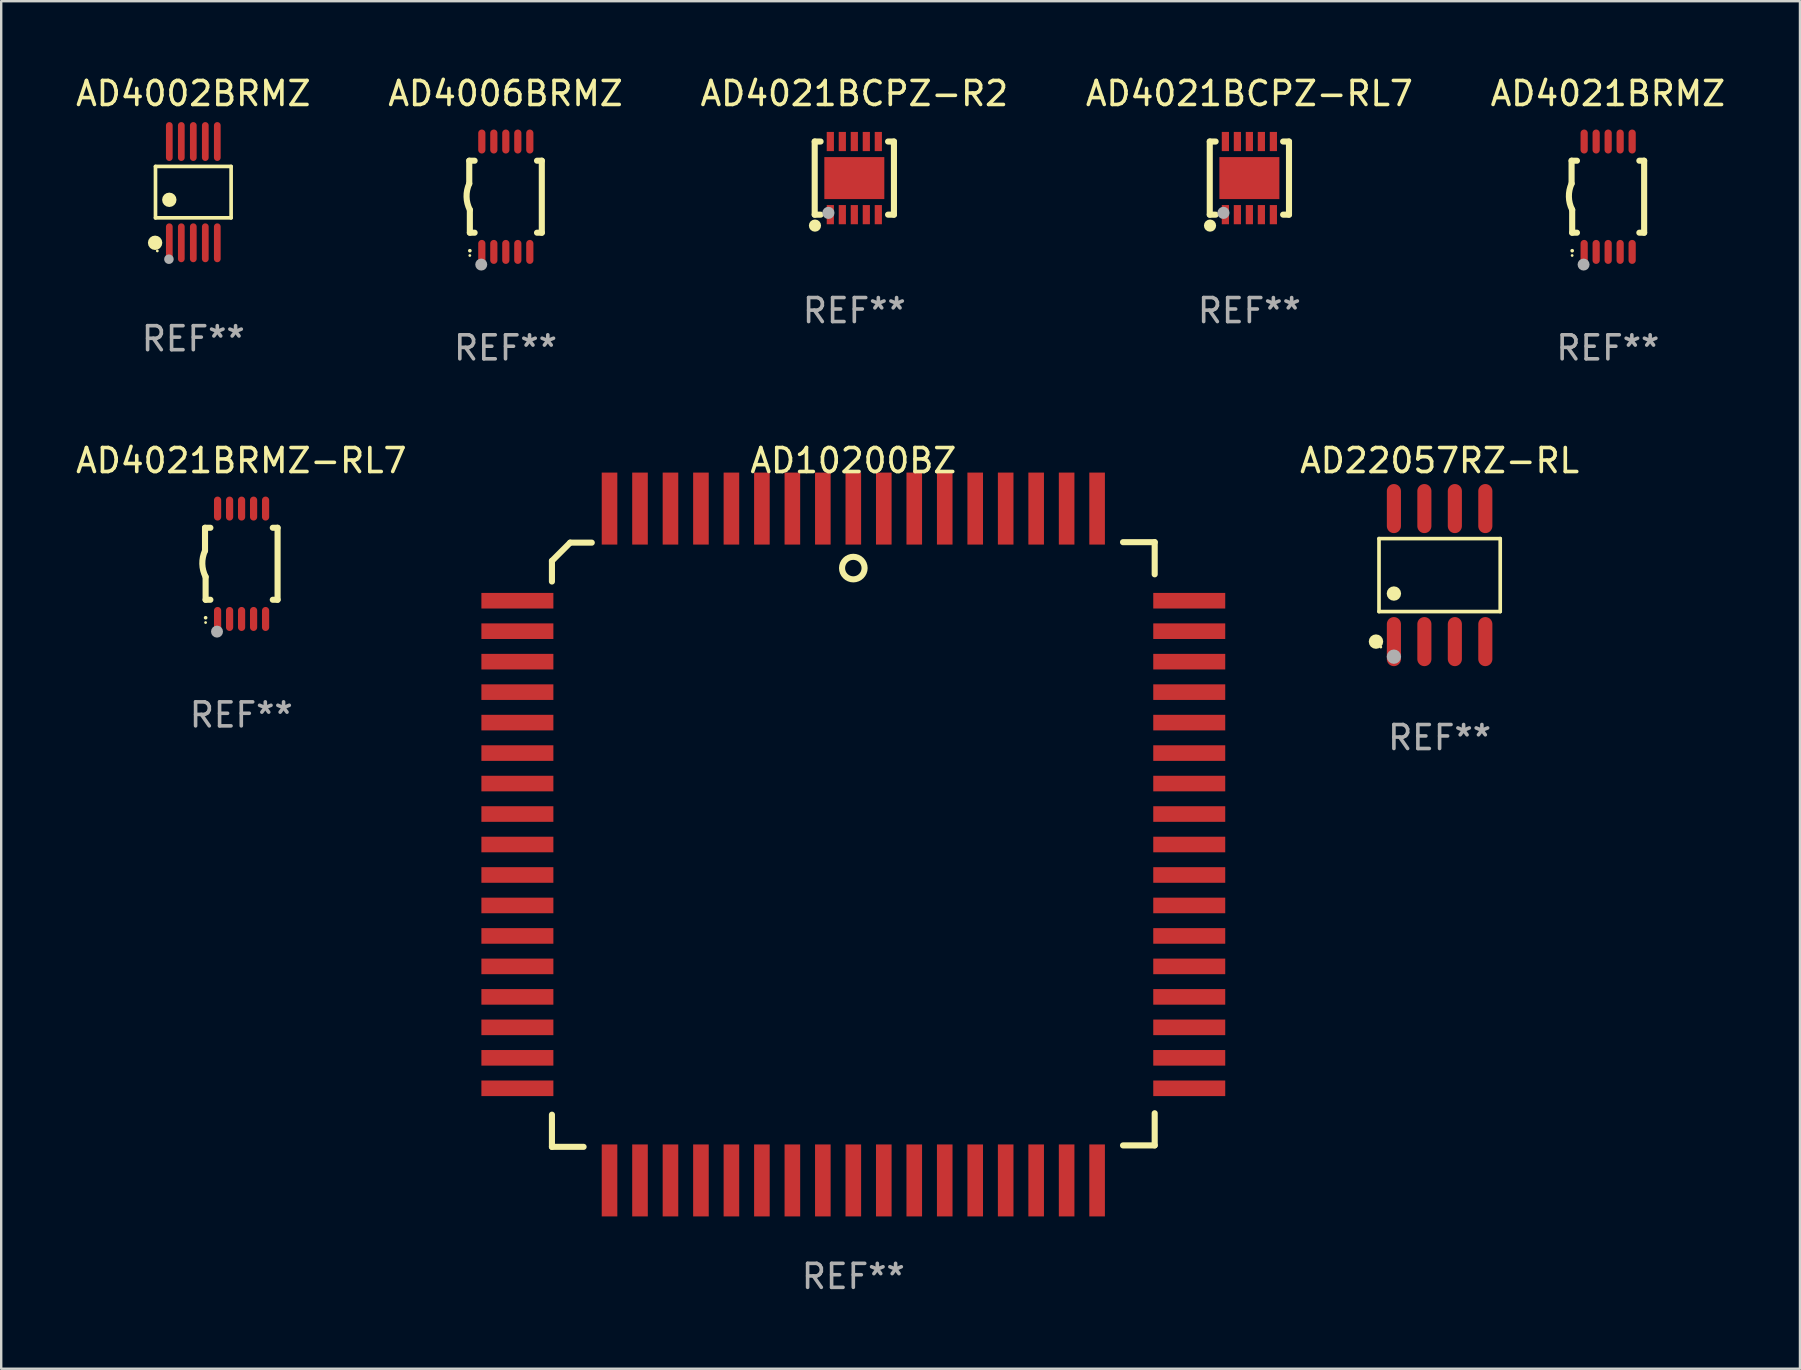
<source format=kicad_pcb>
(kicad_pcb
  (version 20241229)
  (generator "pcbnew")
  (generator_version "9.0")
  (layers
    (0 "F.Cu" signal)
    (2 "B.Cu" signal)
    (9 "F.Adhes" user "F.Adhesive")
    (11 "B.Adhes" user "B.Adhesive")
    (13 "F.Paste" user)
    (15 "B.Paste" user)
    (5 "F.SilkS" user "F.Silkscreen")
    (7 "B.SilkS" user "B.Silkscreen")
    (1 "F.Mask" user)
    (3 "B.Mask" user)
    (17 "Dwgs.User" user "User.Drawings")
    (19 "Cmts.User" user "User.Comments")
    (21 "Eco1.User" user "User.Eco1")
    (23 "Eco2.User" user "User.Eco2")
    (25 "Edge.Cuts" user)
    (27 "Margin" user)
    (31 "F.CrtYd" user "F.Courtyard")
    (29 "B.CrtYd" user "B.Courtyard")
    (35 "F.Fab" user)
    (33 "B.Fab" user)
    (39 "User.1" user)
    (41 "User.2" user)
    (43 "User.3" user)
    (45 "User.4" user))
  (footprint "AD10200BZ"
    (layer "F.Cu")
    (at 32.512 32.145)
    (property "Reference" "AD10200BZ" (at 0 -16 0) (layer "F.SilkS") (effects (font (size 1 1) (thickness 0.15))))
    (attr through_hole)
    (fp_line (start -12.56 -11.82) (end -12.56 -10.96) (stroke (width 0.254) (type solid)) (layer "F.SilkS"))
    (fp_line (start -12.56 11.26) (end -12.56 12.6) (stroke (width 0.254) (type solid)) (layer "F.SilkS"))
    (fp_line (start -12.56 12.6) (end -11.24 12.6) (stroke (width 0.254) (type solid)) (layer "F.SilkS"))
    (fp_line (start -11.8 -12.58) (end -12.56 -11.82) (stroke (width 0.254) (type solid)) (layer "F.SilkS"))
    (fp_line (start -10.9 -12.58) (end -11.8 -12.58) (stroke (width 0.254) (type solid)) (layer "F.SilkS"))
    (fp_line (start 12.56 -12.6) (end 11.24 -12.6) (stroke (width 0.254) (type solid)) (layer "F.SilkS"))
    (fp_line (start 12.56 -11.26) (end 12.56 -12.6) (stroke (width 0.254) (type solid)) (layer "F.SilkS"))
    (fp_line (start 12.56 11.2) (end 12.56 12.54) (stroke (width 0.254) (type solid)) (layer "F.SilkS"))
    (fp_line (start 12.56 12.54) (end 11.24 12.54) (stroke (width 0.254) (type solid)) (layer "F.SilkS"))
    (fp_circle (center 0 -11.52) (end 0.47 -11.52) (stroke (width 0.254) (type solid)) (fill no) (layer "F.SilkS"))
    (fp_text user "REF**" (at 0 18 0) (layer "F.Fab") (effects (font (size 1 1) (thickness 0.15))))
    (pad "1" smd rect (at 0 -14 180) (size 0.65 3) (layers "F.Cu" "F.Mask" "F.Paste"))
    (pad "2" smd rect (at -1.27 -14 180) (size 0.65 3) (layers "F.Cu" "F.Mask" "F.Paste"))
    (pad "3" smd rect (at -2.54 -14 180) (size 0.65 3) (layers "F.Cu" "F.Mask" "F.Paste"))
    (pad "4" smd rect (at -3.81 -14 180) (size 0.65 3) (layers "F.Cu" "F.Mask" "F.Paste"))
    (pad "5" smd rect (at -5.08 -14 180) (size 0.65 3) (layers "F.Cu" "F.Mask" "F.Paste"))
    (pad "6" smd rect (at -6.35 -14 180) (size 0.65 3) (layers "F.Cu" "F.Mask" "F.Paste"))
    (pad "7" smd rect (at -7.62 -14 180) (size 0.65 3) (layers "F.Cu" "F.Mask" "F.Paste"))
    (pad "8" smd rect (at -8.89 -14 180) (size 0.65 3) (layers "F.Cu" "F.Mask" "F.Paste"))
    (pad "9" smd rect (at -10.16 -14 180) (size 0.65 3) (layers "F.Cu" "F.Mask" "F.Paste"))
    (pad "10" smd rect (at -14 -10.16 180) (size 3 0.65) (layers "F.Cu" "F.Mask" "F.Paste"))
    (pad "11" smd rect (at -14 -8.89 180) (size 3 0.65) (layers "F.Cu" "F.Mask" "F.Paste"))
    (pad "12" smd rect (at -14 -7.62 180) (size 3 0.65) (layers "F.Cu" "F.Mask" "F.Paste"))
    (pad "13" smd rect (at -14 -6.35 180) (size 3 0.65) (layers "F.Cu" "F.Mask" "F.Paste"))
    (pad "14" smd rect (at -14 -5.08 180) (size 3 0.65) (layers "F.Cu" "F.Mask" "F.Paste"))
    (pad "15" smd rect (at -14 -3.81 180) (size 3 0.65) (layers "F.Cu" "F.Mask" "F.Paste"))
    (pad "16" smd rect (at -14 -2.54 180) (size 3 0.65) (layers "F.Cu" "F.Mask" "F.Paste"))
    (pad "17" smd rect (at -14 -1.27 180) (size 3 0.65) (layers "F.Cu" "F.Mask" "F.Paste"))
    (pad "18" smd rect (at -14 0 180) (size 3 0.65) (layers "F.Cu" "F.Mask" "F.Paste"))
    (pad "19" smd rect (at -14 1.27 180) (size 3 0.65) (layers "F.Cu" "F.Mask" "F.Paste"))
    (pad "20" smd rect (at -14 2.54 180) (size 3 0.65) (layers "F.Cu" "F.Mask" "F.Paste"))
    (pad "21" smd rect (at -14 3.81 180) (size 3 0.65) (layers "F.Cu" "F.Mask" "F.Paste"))
    (pad "22" smd rect (at -14 5.08 180) (size 3 0.65) (layers "F.Cu" "F.Mask" "F.Paste"))
    (pad "23" smd rect (at -14 6.35 180) (size 3 0.65) (layers "F.Cu" "F.Mask" "F.Paste"))
    (pad "24" smd rect (at -14 7.62 180) (size 3 0.65) (layers "F.Cu" "F.Mask" "F.Paste"))
    (pad "25" smd rect (at -14 8.89 180) (size 3 0.65) (layers "F.Cu" "F.Mask" "F.Paste"))
    (pad "26" smd rect (at -14 10.16 180) (size 3 0.65) (layers "F.Cu" "F.Mask" "F.Paste"))
    (pad "27" smd rect (at -10.16 14 180) (size 0.65 3) (layers "F.Cu" "F.Mask" "F.Paste"))
    (pad "28" smd rect (at -8.89 14 180) (size 0.65 3) (layers "F.Cu" "F.Mask" "F.Paste"))
    (pad "29" smd rect (at -7.62 14 180) (size 0.65 3) (layers "F.Cu" "F.Mask" "F.Paste"))
    (pad "30" smd rect (at -6.35 14 180) (size 0.65 3) (layers "F.Cu" "F.Mask" "F.Paste"))
    (pad "31" smd rect (at -5.08 14 180) (size 0.65 3) (layers "F.Cu" "F.Mask" "F.Paste"))
    (pad "32" smd rect (at -3.81 14 180) (size 0.65 3) (layers "F.Cu" "F.Mask" "F.Paste"))
    (pad "33" smd rect (at -2.54 14 180) (size 0.65 3) (layers "F.Cu" "F.Mask" "F.Paste"))
    (pad "34" smd rect (at -1.27 14 180) (size 0.65 3) (layers "F.Cu" "F.Mask" "F.Paste"))
    (pad "35" smd rect (at 0 14 180) (size 0.65 3) (layers "F.Cu" "F.Mask" "F.Paste"))
    (pad "36" smd rect (at 1.27 14 180) (size 0.65 3) (layers "F.Cu" "F.Mask" "F.Paste"))
    (pad "37" smd rect (at 2.54 14 180) (size 0.65 3) (layers "F.Cu" "F.Mask" "F.Paste"))
    (pad "38" smd rect (at 3.81 14 180) (size 0.65 3) (layers "F.Cu" "F.Mask" "F.Paste"))
    (pad "39" smd rect (at 5.08 14 180) (size 0.65 3) (layers "F.Cu" "F.Mask" "F.Paste"))
    (pad "40" smd rect (at 6.35 14 180) (size 0.65 3) (layers "F.Cu" "F.Mask" "F.Paste"))
    (pad "41" smd rect (at 7.62 14 180) (size 0.65 3) (layers "F.Cu" "F.Mask" "F.Paste"))
    (pad "42" smd rect (at 8.89 14 180) (size 0.65 3) (layers "F.Cu" "F.Mask" "F.Paste"))
    (pad "43" smd rect (at 10.16 14 180) (size 0.65 3) (layers "F.Cu" "F.Mask" "F.Paste"))
    (pad "44" smd rect (at 14 10.16 180) (size 3 0.65) (layers "F.Cu" "F.Mask" "F.Paste"))
    (pad "45" smd rect (at 14 8.89 180) (size 3 0.65) (layers "F.Cu" "F.Mask" "F.Paste"))
    (pad "46" smd rect (at 14 7.62 180) (size 3 0.65) (layers "F.Cu" "F.Mask" "F.Paste"))
    (pad "47" smd rect (at 14 6.35 180) (size 3 0.65) (layers "F.Cu" "F.Mask" "F.Paste"))
    (pad "48" smd rect (at 14 5.08 180) (size 3 0.65) (layers "F.Cu" "F.Mask" "F.Paste"))
    (pad "49" smd rect (at 14 3.81 180) (size 3 0.65) (layers "F.Cu" "F.Mask" "F.Paste"))
    (pad "50" smd rect (at 14 2.54 180) (size 3 0.65) (layers "F.Cu" "F.Mask" "F.Paste"))
    (pad "51" smd rect (at 14 1.27 180) (size 3 0.65) (layers "F.Cu" "F.Mask" "F.Paste"))
    (pad "52" smd rect (at 14 0 180) (size 3 0.65) (layers "F.Cu" "F.Mask" "F.Paste"))
    (pad "53" smd rect (at 14 -1.27 180) (size 3 0.65) (layers "F.Cu" "F.Mask" "F.Paste"))
    (pad "54" smd rect (at 14 -2.54 180) (size 3 0.65) (layers "F.Cu" "F.Mask" "F.Paste"))
    (pad "55" smd rect (at 14 -3.81 180) (size 3 0.65) (layers "F.Cu" "F.Mask" "F.Paste"))
    (pad "56" smd rect (at 14 -5.08 180) (size 3 0.65) (layers "F.Cu" "F.Mask" "F.Paste"))
    (pad "57" smd rect (at 14 -6.35 180) (size 3 0.65) (layers "F.Cu" "F.Mask" "F.Paste"))
    (pad "58" smd rect (at 14 -7.62 180) (size 3 0.65) (layers "F.Cu" "F.Mask" "F.Paste"))
    (pad "59" smd rect (at 14 -8.89 180) (size 3 0.65) (layers "F.Cu" "F.Mask" "F.Paste"))
    (pad "60" smd rect (at 14 -10.16 180) (size 3 0.65) (layers "F.Cu" "F.Mask" "F.Paste"))
    (pad "61" smd rect (at 10.16 -14 180) (size 0.65 3) (layers "F.Cu" "F.Mask" "F.Paste"))
    (pad "62" smd rect (at 8.89 -14 180) (size 0.65 3) (layers "F.Cu" "F.Mask" "F.Paste"))
    (pad "63" smd rect (at 7.62 -14 180) (size 0.65 3) (layers "F.Cu" "F.Mask" "F.Paste"))
    (pad "64" smd rect (at 6.35 -14 180) (size 0.65 3) (layers "F.Cu" "F.Mask" "F.Paste"))
    (pad "65" smd rect (at 5.08 -14 180) (size 0.65 3) (layers "F.Cu" "F.Mask" "F.Paste"))
    (pad "66" smd rect (at 3.81 -14 180) (size 0.65 3) (layers "F.Cu" "F.Mask" "F.Paste"))
    (pad "67" smd rect (at 2.54 -14 180) (size 0.65 3) (layers "F.Cu" "F.Mask" "F.Paste"))
    (pad "68" smd rect (at 1.27 -14 180) (size 0.65 3) (layers "F.Cu" "F.Mask" "F.Paste")))
  (footprint "AD4021BCPZ-RL7"
    (layer "F.Cu")
    (at 49.018 4.372)
    (property "Reference" "AD4021BCPZ-RL7" (at 0 -3.524 0) (layer "F.SilkS") (effects (font (size 1 1) (thickness 0.15))))
    (attr through_hole)
    (fp_line (start -1.651 -1.524) (end -1.651 1.524) (stroke (width 0.254) (type solid)) (layer "F.SilkS"))
    (fp_line (start -1.651 1.524) (end -1.406 1.524) (stroke (width 0.254) (type solid)) (layer "F.SilkS"))
    (fp_line (start -1.406 -1.524) (end -1.651 -1.524) (stroke (width 0.254) (type solid)) (layer "F.SilkS"))
    (fp_line (start 1.406 1.524) (end 1.651 1.524) (stroke (width 0.254) (type solid)) (layer "F.SilkS"))
    (fp_line (start 1.651 -1.524) (end 1.406 -1.524) (stroke (width 0.254) (type solid)) (layer "F.SilkS"))
    (fp_line (start 1.651 1.524) (end 1.651 -1.524) (stroke (width 0.254) (type solid)) (layer "F.SilkS"))
    (fp_circle (center -1.64 1.98) (end -1.513 1.98) (stroke (width 0.254) (type solid)) (fill no) (layer "F.SilkS"))
    (fp_circle (center -1.5 1.5) (end -1.47 1.5) (stroke (width 0.06) (type solid)) (fill no) (layer "F.SilkS"))
    (fp_circle (center -1.08 1.45) (end -0.953 1.45) (stroke (width 0.254) (type solid)) (fill no) (layer "F.Fab"))
    (fp_text user "REF**" (at 0 5.524 0) (layer "F.Fab") (effects (font (size 1 1) (thickness 0.15))))
    (pad "1" smd rect (at -1 1.524) (size 0.3 0.8) (layers "F.Cu" "F.Mask" "F.Paste"))
    (pad "2" smd rect (at -0.5 1.524) (size 0.3 0.8) (layers "F.Cu" "F.Mask" "F.Paste"))
    (pad "3" smd rect (at 0 1.524) (size 0.3 0.8) (layers "F.Cu" "F.Mask" "F.Paste"))
    (pad "4" smd rect (at 0.5 1.524) (size 0.3 0.8) (layers "F.Cu" "F.Mask" "F.Paste"))
    (pad "5" smd rect (at 1 1.524) (size 0.3 0.8) (layers "F.Cu" "F.Mask" "F.Paste"))
    (pad "6" smd rect (at 1 -1.524) (size 0.3 0.8) (layers "F.Cu" "F.Mask" "F.Paste"))
    (pad "7" smd rect (at 0.5 -1.524) (size 0.3 0.8) (layers "F.Cu" "F.Mask" "F.Paste"))
    (pad "8" smd rect (at 0 -1.524) (size 0.3 0.8) (layers "F.Cu" "F.Mask" "F.Paste"))
    (pad "9" smd rect (at -0.5 -1.524) (size 0.3 0.8) (layers "F.Cu" "F.Mask" "F.Paste"))
    (pad "10" smd rect (at -1 -1.524) (size 0.3 0.8) (layers "F.Cu" "F.Mask" "F.Paste"))
    (pad "11" smd rect (at 0 0) (size 2.5 1.75) (layers "F.Cu" "F.Mask" "F.Paste")))
  (footprint "AD4021BRMZ-RL7"
    (layer "F.Cu")
    (at 7.006 20.445)
    (property "Reference" "AD4021BRMZ-RL7" (at 0 -4.3 0) (layer "F.SilkS") (effects (font (size 1 1) (thickness 0.15))))
    (attr through_hole)
    (fp_line (start -1.512 -1.5) (end -1.512 -0.546) (stroke (width 0.254) (type solid)) (layer "F.SilkS"))
    (fp_line (start -1.487 0.546) (end -1.487 1.5) (stroke (width 0.254) (type solid)) (layer "F.SilkS"))
    (fp_line (start -1.288 -1.5) (end -1.512 -1.5) (stroke (width 0.254) (type solid)) (layer "F.SilkS"))
    (fp_line (start -1.288 1.5) (end -1.487 1.5) (stroke (width 0.254) (type solid)) (layer "F.SilkS"))
    (fp_line (start 1.512 -1.5) (end 1.312 -1.5) (stroke (width 0.254) (type solid)) (layer "F.SilkS"))
    (fp_line (start 1.512 -1.5) (end 1.512 1.5) (stroke (width 0.254) (type solid)) (layer "F.SilkS"))
    (fp_line (start 1.512 1.5) (end 1.312 1.5) (stroke (width 0.254) (type solid)) (layer "F.SilkS"))
    (fp_arc (start -1.487998 2.250013) (mid -1.486728 2.250007) (end -1.485458 2.250013) (stroke (width 0.150013) (type solid)) (layer "F.SilkS"))
    (fp_arc (start -1.486602 0.546102) (mid -1.624196 0.002905) (end -1.512002 -0.546101) (stroke (width 0.254001) (type solid)) (layer "F.SilkS"))
    (fp_circle (center -1.488 2.45) (end -1.458 2.45) (stroke (width 0.06) (type solid)) (fill no) (layer "F.SilkS"))
    (fp_circle (center -1.012 2.828) (end -0.887 2.828) (stroke (width 0.25) (type solid)) (fill no) (layer "F.Fab"))
    (fp_text user "REF**" (at 0 6.3 0) (layer "F.Fab") (effects (font (size 1 1) (thickness 0.15))))
    (pad "1" smd oval (at -0.988 2.3) (size 0.3 1) (layers "F.Cu" "F.Mask" "F.Paste"))
    (pad "2" smd oval (at -0.488 2.3) (size 0.3 1) (layers "F.Cu" "F.Mask" "F.Paste"))
    (pad "3" smd oval (at 0.012 2.3) (size 0.3 1) (layers "F.Cu" "F.Mask" "F.Paste"))
    (pad "4" smd oval (at 0.512 2.3) (size 0.3 1) (layers "F.Cu" "F.Mask" "F.Paste"))
    (pad "5" smd oval (at 1.012 2.3) (size 0.3 1) (layers "F.Cu" "F.Mask" "F.Paste"))
    (pad "6" smd oval (at 1.012 -2.3) (size 0.3 1) (layers "F.Cu" "F.Mask" "F.Paste"))
    (pad "7" smd oval (at 0.512 -2.3) (size 0.3 1) (layers "F.Cu" "F.Mask" "F.Paste"))
    (pad "8" smd oval (at 0.012 -2.3) (size 0.3 1) (layers "F.Cu" "F.Mask" "F.Paste"))
    (pad "9" smd oval (at -0.488 -2.3) (size 0.3 1) (layers "F.Cu" "F.Mask" "F.Paste"))
    (pad "10" smd oval (at -0.988 -2.3) (size 0.3 1) (layers "F.Cu" "F.Mask" "F.Paste")))
  (footprint "AD22057RZ-RL"
    (layer "F.Cu")
    (at 56.946 20.917)
    (property "Reference" "AD22057RZ-RL" (at 0 -4.772 0) (layer "F.SilkS") (effects (font (size 1 1) (thickness 0.15))))
    (attr through_hole)
    (fp_line (start -2.526 -1.521) (end 2.526 -1.521) (stroke (width 0.152) (type solid)) (layer "F.SilkS"))
    (fp_line (start -2.526 1.521) (end -2.526 -1.521) (stroke (width 0.152) (type solid)) (layer "F.SilkS"))
    (fp_line (start 2.526 -1.521) (end 2.526 1.521) (stroke (width 0.152) (type solid)) (layer "F.SilkS"))
    (fp_line (start 2.526 1.521) (end -2.526 1.521) (stroke (width 0.152) (type solid)) (layer "F.SilkS"))
    (fp_circle (center -2.652 2.772) (end -2.501 2.772) (stroke (width 0.3) (type solid)) (fill no) (layer "F.SilkS"))
    (fp_circle (center -2.45 3) (end -2.42 3) (stroke (width 0.06) (type solid)) (fill no) (layer "F.SilkS"))
    (fp_circle (center -1.905 0.769) (end -1.755 0.769) (stroke (width 0.3) (type solid)) (fill no) (layer "F.SilkS"))
    (fp_circle (center -1.905 3.4) (end -1.755 3.4) (stroke (width 0.3) (type solid)) (fill no) (layer "F.Fab"))
    (fp_text user "REF**" (at 0 6.772 0) (layer "F.Fab") (effects (font (size 1 1) (thickness 0.15))))
    (pad "1" smd oval (at -1.905 2.772) (size 0.588 2.045) (layers "F.Cu" "F.Mask" "F.Paste"))
    (pad "2" smd oval (at -0.635 2.772) (size 0.588 2.045) (layers "F.Cu" "F.Mask" "F.Paste"))
    (pad "3" smd oval (at 0.635 2.772) (size 0.588 2.045) (layers "F.Cu" "F.Mask" "F.Paste"))
    (pad "4" smd oval (at 1.905 2.772) (size 0.588 2.045) (layers "F.Cu" "F.Mask" "F.Paste"))
    (pad "5" smd oval (at 1.905 -2.772) (size 0.588 2.045) (layers "F.Cu" "F.Mask" "F.Paste"))
    (pad "6" smd oval (at 0.635 -2.772) (size 0.588 2.045) (layers "F.Cu" "F.Mask" "F.Paste"))
    (pad "7" smd oval (at -0.635 -2.772) (size 0.588 2.045) (layers "F.Cu" "F.Mask" "F.Paste"))
    (pad "8" smd oval (at -1.905 -2.772) (size 0.588 2.045) (layers "F.Cu" "F.Mask" "F.Paste")))
  (footprint "AD4006BRMZ"
    (layer "F.Cu")
    (at 18.018 5.148)
    (property "Reference" "AD4006BRMZ" (at 0 -4.3 0) (layer "F.SilkS") (effects (font (size 1 1) (thickness 0.15))))
    (attr through_hole)
    (fp_line (start -1.512 -1.5) (end -1.512 -0.546) (stroke (width 0.254) (type solid)) (layer "F.SilkS"))
    (fp_line (start -1.487 0.546) (end -1.487 1.5) (stroke (width 0.254) (type solid)) (layer "F.SilkS"))
    (fp_line (start -1.288 -1.5) (end -1.512 -1.5) (stroke (width 0.254) (type solid)) (layer "F.SilkS"))
    (fp_line (start -1.288 1.5) (end -1.487 1.5) (stroke (width 0.254) (type solid)) (layer "F.SilkS"))
    (fp_line (start 1.512 -1.5) (end 1.312 -1.5) (stroke (width 0.254) (type solid)) (layer "F.SilkS"))
    (fp_line (start 1.512 -1.5) (end 1.512 1.5) (stroke (width 0.254) (type solid)) (layer "F.SilkS"))
    (fp_line (start 1.512 1.5) (end 1.312 1.5) (stroke (width 0.254) (type solid)) (layer "F.SilkS"))
    (fp_arc (start -1.487998 2.250013) (mid -1.486728 2.250007) (end -1.485458 2.250013) (stroke (width 0.150013) (type solid)) (layer "F.SilkS"))
    (fp_arc (start -1.486602 0.546102) (mid -1.624196 0.002905) (end -1.512002 -0.546101) (stroke (width 0.254001) (type solid)) (layer "F.SilkS"))
    (fp_circle (center -1.488 2.45) (end -1.458 2.45) (stroke (width 0.06) (type solid)) (fill no) (layer "F.SilkS"))
    (fp_circle (center -1.012 2.828) (end -0.887 2.828) (stroke (width 0.25) (type solid)) (fill no) (layer "F.Fab"))
    (fp_text user "REF**" (at 0 6.3 0) (layer "F.Fab") (effects (font (size 1 1) (thickness 0.15))))
    (pad "1" smd oval (at -0.988 2.3) (size 0.3 1) (layers "F.Cu" "F.Mask" "F.Paste"))
    (pad "2" smd oval (at -0.488 2.3) (size 0.3 1) (layers "F.Cu" "F.Mask" "F.Paste"))
    (pad "3" smd oval (at 0.012 2.3) (size 0.3 1) (layers "F.Cu" "F.Mask" "F.Paste"))
    (pad "4" smd oval (at 0.512 2.3) (size 0.3 1) (layers "F.Cu" "F.Mask" "F.Paste"))
    (pad "5" smd oval (at 1.012 2.3) (size 0.3 1) (layers "F.Cu" "F.Mask" "F.Paste"))
    (pad "6" smd oval (at 1.012 -2.3) (size 0.3 1) (layers "F.Cu" "F.Mask" "F.Paste"))
    (pad "7" smd oval (at 0.512 -2.3) (size 0.3 1) (layers "F.Cu" "F.Mask" "F.Paste"))
    (pad "8" smd oval (at 0.012 -2.3) (size 0.3 1) (layers "F.Cu" "F.Mask" "F.Paste"))
    (pad "9" smd oval (at -0.488 -2.3) (size 0.3 1) (layers "F.Cu" "F.Mask" "F.Paste"))
    (pad "10" smd oval (at -0.988 -2.3) (size 0.3 1) (layers "F.Cu" "F.Mask" "F.Paste")))
  (footprint "AD4021BCPZ-R2"
    (layer "F.Cu")
    (at 32.554 4.372)
    (property "Reference" "AD4021BCPZ-R2" (at 0 -3.524 0) (layer "F.SilkS") (effects (font (size 1 1) (thickness 0.15))))
    (attr through_hole)
    (fp_line (start -1.651 -1.524) (end -1.651 1.524) (stroke (width 0.254) (type solid)) (layer "F.SilkS"))
    (fp_line (start -1.651 1.524) (end -1.406 1.524) (stroke (width 0.254) (type solid)) (layer "F.SilkS"))
    (fp_line (start -1.406 -1.524) (end -1.651 -1.524) (stroke (width 0.254) (type solid)) (layer "F.SilkS"))
    (fp_line (start 1.406 1.524) (end 1.651 1.524) (stroke (width 0.254) (type solid)) (layer "F.SilkS"))
    (fp_line (start 1.651 -1.524) (end 1.406 -1.524) (stroke (width 0.254) (type solid)) (layer "F.SilkS"))
    (fp_line (start 1.651 1.524) (end 1.651 -1.524) (stroke (width 0.254) (type solid)) (layer "F.SilkS"))
    (fp_circle (center -1.64 1.98) (end -1.513 1.98) (stroke (width 0.254) (type solid)) (fill no) (layer "F.SilkS"))
    (fp_circle (center -1.5 1.5) (end -1.47 1.5) (stroke (width 0.06) (type solid)) (fill no) (layer "F.SilkS"))
    (fp_circle (center -1.08 1.45) (end -0.953 1.45) (stroke (width 0.254) (type solid)) (fill no) (layer "F.Fab"))
    (fp_text user "REF**" (at 0 5.524 0) (layer "F.Fab") (effects (font (size 1 1) (thickness 0.15))))
    (pad "1" smd rect (at -1 1.524) (size 0.3 0.8) (layers "F.Cu" "F.Mask" "F.Paste"))
    (pad "2" smd rect (at -0.5 1.524) (size 0.3 0.8) (layers "F.Cu" "F.Mask" "F.Paste"))
    (pad "3" smd rect (at 0 1.524) (size 0.3 0.8) (layers "F.Cu" "F.Mask" "F.Paste"))
    (pad "4" smd rect (at 0.5 1.524) (size 0.3 0.8) (layers "F.Cu" "F.Mask" "F.Paste"))
    (pad "5" smd rect (at 1 1.524) (size 0.3 0.8) (layers "F.Cu" "F.Mask" "F.Paste"))
    (pad "6" smd rect (at 1 -1.524) (size 0.3 0.8) (layers "F.Cu" "F.Mask" "F.Paste"))
    (pad "7" smd rect (at 0.5 -1.524) (size 0.3 0.8) (layers "F.Cu" "F.Mask" "F.Paste"))
    (pad "8" smd rect (at 0 -1.524) (size 0.3 0.8) (layers "F.Cu" "F.Mask" "F.Paste"))
    (pad "9" smd rect (at -0.5 -1.524) (size 0.3 0.8) (layers "F.Cu" "F.Mask" "F.Paste"))
    (pad "10" smd rect (at -1 -1.524) (size 0.3 0.8) (layers "F.Cu" "F.Mask" "F.Paste"))
    (pad "11" smd rect (at 0 0) (size 2.5 1.75) (layers "F.Cu" "F.Mask" "F.Paste")))
  (footprint "AD4021BRMZ"
    (layer "F.Cu")
    (at 63.958 5.148)
    (property "Reference" "AD4021BRMZ" (at 0 -4.3 0) (layer "F.SilkS") (effects (font (size 1 1) (thickness 0.15))))
    (attr through_hole)
    (fp_line (start -1.512 -1.5) (end -1.512 -0.546) (stroke (width 0.254) (type solid)) (layer "F.SilkS"))
    (fp_line (start -1.487 0.546) (end -1.487 1.5) (stroke (width 0.254) (type solid)) (layer "F.SilkS"))
    (fp_line (start -1.288 -1.5) (end -1.512 -1.5) (stroke (width 0.254) (type solid)) (layer "F.SilkS"))
    (fp_line (start -1.288 1.5) (end -1.487 1.5) (stroke (width 0.254) (type solid)) (layer "F.SilkS"))
    (fp_line (start 1.512 -1.5) (end 1.312 -1.5) (stroke (width 0.254) (type solid)) (layer "F.SilkS"))
    (fp_line (start 1.512 -1.5) (end 1.512 1.5) (stroke (width 0.254) (type solid)) (layer "F.SilkS"))
    (fp_line (start 1.512 1.5) (end 1.312 1.5) (stroke (width 0.254) (type solid)) (layer "F.SilkS"))
    (fp_arc (start -1.487998 2.250013) (mid -1.486728 2.250007) (end -1.485458 2.250013) (stroke (width 0.150013) (type solid)) (layer "F.SilkS"))
    (fp_arc (start -1.486602 0.546102) (mid -1.624196 0.002905) (end -1.512002 -0.546101) (stroke (width 0.254001) (type solid)) (layer "F.SilkS"))
    (fp_circle (center -1.488 2.45) (end -1.458 2.45) (stroke (width 0.06) (type solid)) (fill no) (layer "F.SilkS"))
    (fp_circle (center -1.012 2.828) (end -0.887 2.828) (stroke (width 0.25) (type solid)) (fill no) (layer "F.Fab"))
    (fp_text user "REF**" (at 0 6.3 0) (layer "F.Fab") (effects (font (size 1 1) (thickness 0.15))))
    (pad "1" smd oval (at -0.988 2.3) (size 0.3 1) (layers "F.Cu" "F.Mask" "F.Paste"))
    (pad "2" smd oval (at -0.488 2.3) (size 0.3 1) (layers "F.Cu" "F.Mask" "F.Paste"))
    (pad "3" smd oval (at 0.012 2.3) (size 0.3 1) (layers "F.Cu" "F.Mask" "F.Paste"))
    (pad "4" smd oval (at 0.512 2.3) (size 0.3 1) (layers "F.Cu" "F.Mask" "F.Paste"))
    (pad "5" smd oval (at 1.012 2.3) (size 0.3 1) (layers "F.Cu" "F.Mask" "F.Paste"))
    (pad "6" smd oval (at 1.012 -2.3) (size 0.3 1) (layers "F.Cu" "F.Mask" "F.Paste"))
    (pad "7" smd oval (at 0.512 -2.3) (size 0.3 1) (layers "F.Cu" "F.Mask" "F.Paste"))
    (pad "8" smd oval (at 0.012 -2.3) (size 0.3 1) (layers "F.Cu" "F.Mask" "F.Paste"))
    (pad "9" smd oval (at -0.488 -2.3) (size 0.3 1) (layers "F.Cu" "F.Mask" "F.Paste"))
    (pad "10" smd oval (at -0.988 -2.3) (size 0.3 1) (layers "F.Cu" "F.Mask" "F.Paste")))
  (footprint "AD4002BRMZ"
    (layer "F.Cu")
    (at 5.006 4.958)
    (property "Reference" "AD4002BRMZ" (at 0 -4.11 0) (layer "F.SilkS") (effects (font (size 1 1) (thickness 0.15))))
    (attr through_hole)
    (fp_line (start -1.576 -1.071) (end 1.576 -1.071) (stroke (width 0.152) (type solid)) (layer "F.SilkS"))
    (fp_line (start -1.576 1.071) (end -1.576 -1.071) (stroke (width 0.152) (type solid)) (layer "F.SilkS"))
    (fp_line (start 1.576 -1.071) (end 1.576 1.071) (stroke (width 0.152) (type solid)) (layer "F.SilkS"))
    (fp_line (start 1.576 1.071) (end -1.576 1.071) (stroke (width 0.152) (type solid)) (layer "F.SilkS"))
    (fp_circle (center -1.592 2.11) (end -1.442 2.11) (stroke (width 0.3) (type solid)) (fill no) (layer "F.SilkS"))
    (fp_circle (center -1.5 2.45) (end -1.47 2.45) (stroke (width 0.06) (type solid)) (fill no) (layer "F.SilkS"))
    (fp_circle (center -1 0.319) (end -0.85 0.319) (stroke (width 0.3) (type solid)) (fill no) (layer "F.SilkS"))
    (fp_circle (center -1.016 2.794) (end -0.916 2.794) (stroke (width 0.2) (type solid)) (fill no) (layer "F.Fab"))
    (fp_text user "REF**" (at 0 6.11 0) (layer "F.Fab") (effects (font (size 1 1) (thickness 0.15))))
    (pad "1" smd oval (at -1 2.11) (size 0.28 1.62) (layers "F.Cu" "F.Mask" "F.Paste"))
    (pad "2" smd oval (at -0.5 2.11) (size 0.28 1.62) (layers "F.Cu" "F.Mask" "F.Paste"))
    (pad "3" smd oval (at 0 2.11) (size 0.28 1.62) (layers "F.Cu" "F.Mask" "F.Paste"))
    (pad "4" smd oval (at 0.5 2.11) (size 0.28 1.62) (layers "F.Cu" "F.Mask" "F.Paste"))
    (pad "5" smd oval (at 1 2.11) (size 0.28 1.62) (layers "F.Cu" "F.Mask" "F.Paste"))
    (pad "6" smd oval (at 1 -2.11) (size 0.28 1.62) (layers "F.Cu" "F.Mask" "F.Paste"))
    (pad "7" smd oval (at 0.5 -2.11) (size 0.28 1.62) (layers "F.Cu" "F.Mask" "F.Paste"))
    (pad "8" smd oval (at 0 -2.11) (size 0.28 1.62) (layers "F.Cu" "F.Mask" "F.Paste"))
    (pad "9" smd oval (at -0.5 -2.11) (size 0.28 1.62) (layers "F.Cu" "F.Mask" "F.Paste"))
    (pad "10" smd oval (at -1 -2.11) (size 0.28 1.62) (layers "F.Cu" "F.Mask" "F.Paste")))
  (gr_rect
    (start -3 -3)
    (end 71.964 53.993)
    (stroke (width 0.1) (type default))
    (fill no)
    (layer "Edge.Cuts")))
</source>
